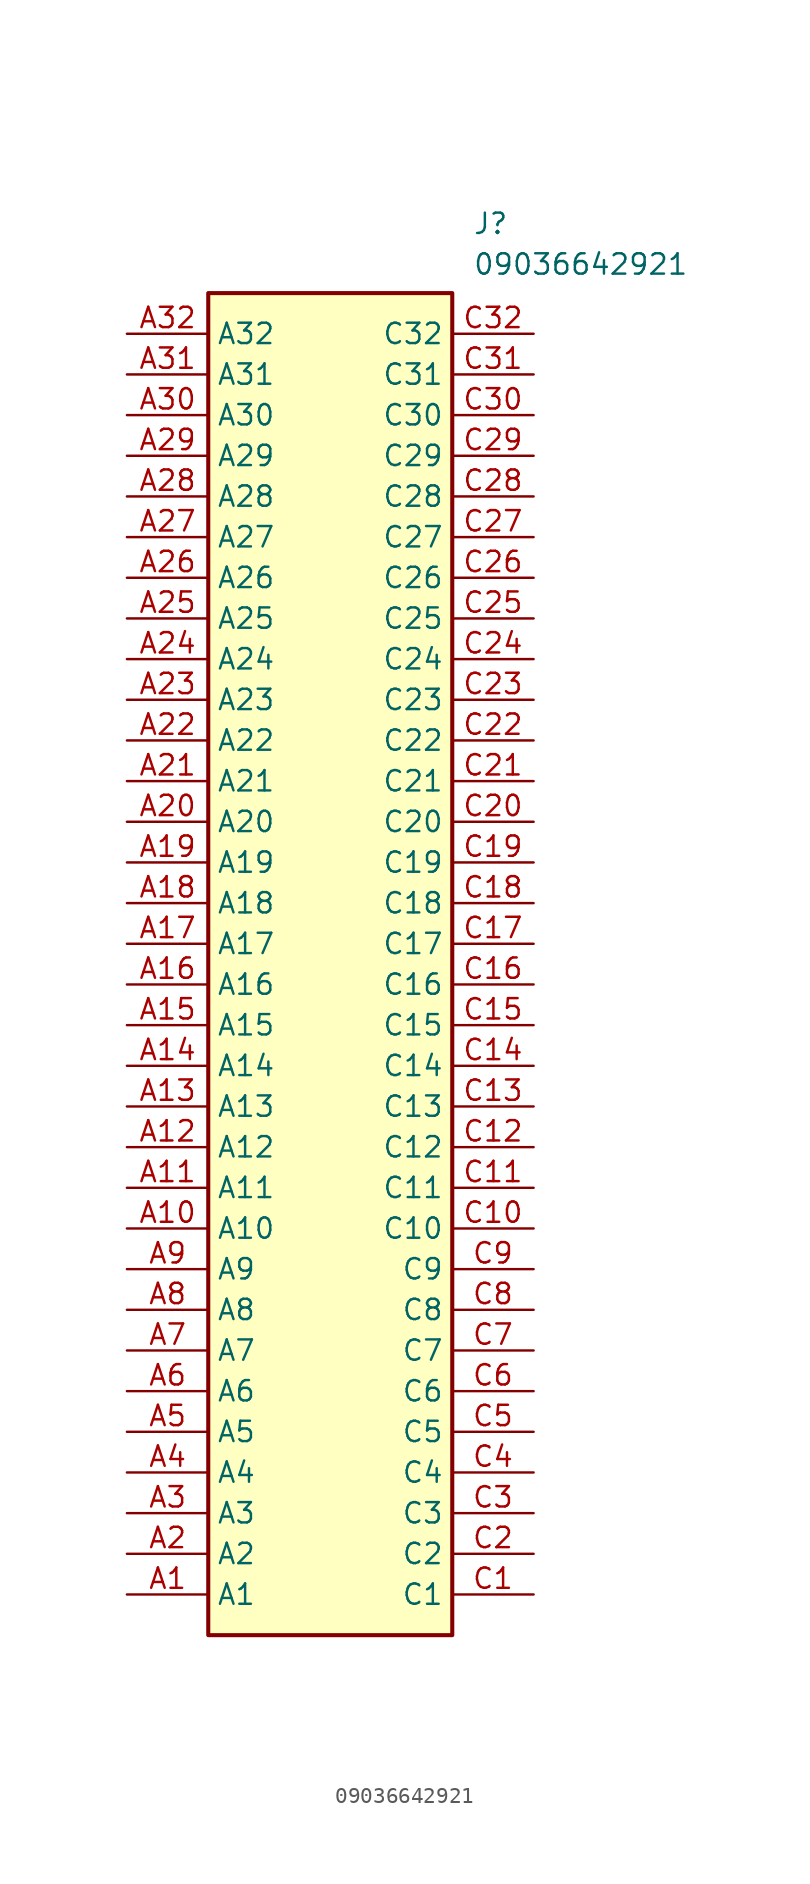
<source format=kicad_sym>
(kicad_symbol_lib
  (version 20211014)
  (generator SamacSys_ECAD_Model)
  (symbol "09036642921"
    (property "Reference" "J"
      (at 21.59 7.62 0)
      (effects (font (size 1.27 1.27)) (justify left top)))
    (property "Value" "09036642921"
      (at 21.59 5.08 0)
      (effects (font (size 1.27 1.27)) (justify left top)))
    (rectangle
      (start 5.08 2.54)
      (end 20.32 -81.28)
      (stroke (width 0.254) (type default))
      (fill (type background)))
    (pin passive line
      (at 0 -78.74 0)
      (length 5.08)
      (name "A1" (effects (font (size 1.27 1.27))))
      (number "A1" (effects (font (size 1.27 1.27)))))
    (pin passive line
      (at 0 -76.2 0)
      (length 5.08)
      (name "A2" (effects (font (size 1.27 1.27))))
      (number "A2" (effects (font (size 1.27 1.27)))))
    (pin passive line
      (at 0 -73.66 0)
      (length 5.08)
      (name "A3" (effects (font (size 1.27 1.27))))
      (number "A3" (effects (font (size 1.27 1.27)))))
    (pin passive line
      (at 0 -71.12 0)
      (length 5.08)
      (name "A4" (effects (font (size 1.27 1.27))))
      (number "A4" (effects (font (size 1.27 1.27)))))
    (pin passive line
      (at 0 -68.58 0)
      (length 5.08)
      (name "A5" (effects (font (size 1.27 1.27))))
      (number "A5" (effects (font (size 1.27 1.27)))))
    (pin passive line
      (at 0 -66.04 0)
      (length 5.08)
      (name "A6" (effects (font (size 1.27 1.27))))
      (number "A6" (effects (font (size 1.27 1.27)))))
    (pin passive line
      (at 0 -63.5 0)
      (length 5.08)
      (name "A7" (effects (font (size 1.27 1.27))))
      (number "A7" (effects (font (size 1.27 1.27)))))
    (pin passive line
      (at 0 -60.96 0)
      (length 5.08)
      (name "A8" (effects (font (size 1.27 1.27))))
      (number "A8" (effects (font (size 1.27 1.27)))))
    (pin passive line
      (at 0 -58.42 0)
      (length 5.08)
      (name "A9" (effects (font (size 1.27 1.27))))
      (number "A9" (effects (font (size 1.27 1.27)))))
    (pin passive line
      (at 0 -55.88 0)
      (length 5.08)
      (name "A10" (effects (font (size 1.27 1.27))))
      (number "A10" (effects (font (size 1.27 1.27)))))
    (pin passive line
      (at 0 -53.34 0)
      (length 5.08)
      (name "A11" (effects (font (size 1.27 1.27))))
      (number "A11" (effects (font (size 1.27 1.27)))))
    (pin passive line
      (at 0 -50.8 0)
      (length 5.08)
      (name "A12" (effects (font (size 1.27 1.27))))
      (number "A12" (effects (font (size 1.27 1.27)))))
    (pin passive line
      (at 0 -48.26 0)
      (length 5.08)
      (name "A13" (effects (font (size 1.27 1.27))))
      (number "A13" (effects (font (size 1.27 1.27)))))
    (pin passive line
      (at 0 -45.72 0)
      (length 5.08)
      (name "A14" (effects (font (size 1.27 1.27))))
      (number "A14" (effects (font (size 1.27 1.27)))))
    (pin passive line
      (at 0 -43.18 0)
      (length 5.08)
      (name "A15" (effects (font (size 1.27 1.27))))
      (number "A15" (effects (font (size 1.27 1.27)))))
    (pin passive line
      (at 0 -40.64 0)
      (length 5.08)
      (name "A16" (effects (font (size 1.27 1.27))))
      (number "A16" (effects (font (size 1.27 1.27)))))
    (pin passive line
      (at 0 -38.1 0)
      (length 5.08)
      (name "A17" (effects (font (size 1.27 1.27))))
      (number "A17" (effects (font (size 1.27 1.27)))))
    (pin passive line
      (at 0 -35.56 0)
      (length 5.08)
      (name "A18" (effects (font (size 1.27 1.27))))
      (number "A18" (effects (font (size 1.27 1.27)))))
    (pin passive line
      (at 0 -33.02 0)
      (length 5.08)
      (name "A19" (effects (font (size 1.27 1.27))))
      (number "A19" (effects (font (size 1.27 1.27)))))
    (pin passive line
      (at 0 -30.48 0)
      (length 5.08)
      (name "A20" (effects (font (size 1.27 1.27))))
      (number "A20" (effects (font (size 1.27 1.27)))))
    (pin passive line
      (at 0 -27.94 0)
      (length 5.08)
      (name "A21" (effects (font (size 1.27 1.27))))
      (number "A21" (effects (font (size 1.27 1.27)))))
    (pin passive line
      (at 0 -25.4 0)
      (length 5.08)
      (name "A22" (effects (font (size 1.27 1.27))))
      (number "A22" (effects (font (size 1.27 1.27)))))
    (pin passive line
      (at 0 -22.86 0)
      (length 5.08)
      (name "A23" (effects (font (size 1.27 1.27))))
      (number "A23" (effects (font (size 1.27 1.27)))))
    (pin passive line
      (at 0 -20.32 0)
      (length 5.08)
      (name "A24" (effects (font (size 1.27 1.27))))
      (number "A24" (effects (font (size 1.27 1.27)))))
    (pin passive line
      (at 0 -17.78 0)
      (length 5.08)
      (name "A25" (effects (font (size 1.27 1.27))))
      (number "A25" (effects (font (size 1.27 1.27)))))
    (pin passive line
      (at 0 -15.24 0)
      (length 5.08)
      (name "A26" (effects (font (size 1.27 1.27))))
      (number "A26" (effects (font (size 1.27 1.27)))))
    (pin passive line
      (at 0 -12.7 0)
      (length 5.08)
      (name "A27" (effects (font (size 1.27 1.27))))
      (number "A27" (effects (font (size 1.27 1.27)))))
    (pin passive line
      (at 0 -10.16 0)
      (length 5.08)
      (name "A28" (effects (font (size 1.27 1.27))))
      (number "A28" (effects (font (size 1.27 1.27)))))
    (pin passive line
      (at 0 -7.62 0)
      (length 5.08)
      (name "A29" (effects (font (size 1.27 1.27))))
      (number "A29" (effects (font (size 1.27 1.27)))))
    (pin passive line
      (at 0 -5.08 0)
      (length 5.08)
      (name "A30" (effects (font (size 1.27 1.27))))
      (number "A30" (effects (font (size 1.27 1.27)))))
    (pin passive line
      (at 0 -2.54 0)
      (length 5.08)
      (name "A31" (effects (font (size 1.27 1.27))))
      (number "A31" (effects (font (size 1.27 1.27)))))
    (pin passive line
      (at 0 0 0)
      (length 5.08)
      (name "A32" (effects (font (size 1.27 1.27))))
      (number "A32" (effects (font (size 1.27 1.27)))))
    (pin passive line
      (at 25.4 -78.74 180)
      (length 5.08)
      (name "C1" (effects (font (size 1.27 1.27))))
      (number "C1" (effects (font (size 1.27 1.27)))))
    (pin passive line
      (at 25.4 -76.2 180)
      (length 5.08)
      (name "C2" (effects (font (size 1.27 1.27))))
      (number "C2" (effects (font (size 1.27 1.27)))))
    (pin passive line
      (at 25.4 -73.66 180)
      (length 5.08)
      (name "C3" (effects (font (size 1.27 1.27))))
      (number "C3" (effects (font (size 1.27 1.27)))))
    (pin passive line
      (at 25.4 -71.12 180)
      (length 5.08)
      (name "C4" (effects (font (size 1.27 1.27))))
      (number "C4" (effects (font (size 1.27 1.27)))))
    (pin passive line
      (at 25.4 -68.58 180)
      (length 5.08)
      (name "C5" (effects (font (size 1.27 1.27))))
      (number "C5" (effects (font (size 1.27 1.27)))))
    (pin passive line
      (at 25.4 -66.04 180)
      (length 5.08)
      (name "C6" (effects (font (size 1.27 1.27))))
      (number "C6" (effects (font (size 1.27 1.27)))))
    (pin passive line
      (at 25.4 -63.5 180)
      (length 5.08)
      (name "C7" (effects (font (size 1.27 1.27))))
      (number "C7" (effects (font (size 1.27 1.27)))))
    (pin passive line
      (at 25.4 -60.96 180)
      (length 5.08)
      (name "C8" (effects (font (size 1.27 1.27))))
      (number "C8" (effects (font (size 1.27 1.27)))))
    (pin passive line
      (at 25.4 -58.42 180)
      (length 5.08)
      (name "C9" (effects (font (size 1.27 1.27))))
      (number "C9" (effects (font (size 1.27 1.27)))))
    (pin passive line
      (at 25.4 -55.88 180)
      (length 5.08)
      (name "C10" (effects (font (size 1.27 1.27))))
      (number "C10" (effects (font (size 1.27 1.27)))))
    (pin passive line
      (at 25.4 -53.34 180)
      (length 5.08)
      (name "C11" (effects (font (size 1.27 1.27))))
      (number "C11" (effects (font (size 1.27 1.27)))))
    (pin passive line
      (at 25.4 -50.8 180)
      (length 5.08)
      (name "C12" (effects (font (size 1.27 1.27))))
      (number "C12" (effects (font (size 1.27 1.27)))))
    (pin passive line
      (at 25.4 -48.26 180)
      (length 5.08)
      (name "C13" (effects (font (size 1.27 1.27))))
      (number "C13" (effects (font (size 1.27 1.27)))))
    (pin passive line
      (at 25.4 -45.72 180)
      (length 5.08)
      (name "C14" (effects (font (size 1.27 1.27))))
      (number "C14" (effects (font (size 1.27 1.27)))))
    (pin passive line
      (at 25.4 -43.18 180)
      (length 5.08)
      (name "C15" (effects (font (size 1.27 1.27))))
      (number "C15" (effects (font (size 1.27 1.27)))))
    (pin passive line
      (at 25.4 -40.64 180)
      (length 5.08)
      (name "C16" (effects (font (size 1.27 1.27))))
      (number "C16" (effects (font (size 1.27 1.27)))))
    (pin passive line
      (at 25.4 -38.1 180)
      (length 5.08)
      (name "C17" (effects (font (size 1.27 1.27))))
      (number "C17" (effects (font (size 1.27 1.27)))))
    (pin passive line
      (at 25.4 -35.56 180)
      (length 5.08)
      (name "C18" (effects (font (size 1.27 1.27))))
      (number "C18" (effects (font (size 1.27 1.27)))))
    (pin passive line
      (at 25.4 -33.02 180)
      (length 5.08)
      (name "C19" (effects (font (size 1.27 1.27))))
      (number "C19" (effects (font (size 1.27 1.27)))))
    (pin passive line
      (at 25.4 -30.48 180)
      (length 5.08)
      (name "C20" (effects (font (size 1.27 1.27))))
      (number "C20" (effects (font (size 1.27 1.27)))))
    (pin passive line
      (at 25.4 -27.94 180)
      (length 5.08)
      (name "C21" (effects (font (size 1.27 1.27))))
      (number "C21" (effects (font (size 1.27 1.27)))))
    (pin passive line
      (at 25.4 -25.4 180)
      (length 5.08)
      (name "C22" (effects (font (size 1.27 1.27))))
      (number "C22" (effects (font (size 1.27 1.27)))))
    (pin passive line
      (at 25.4 -22.86 180)
      (length 5.08)
      (name "C23" (effects (font (size 1.27 1.27))))
      (number "C23" (effects (font (size 1.27 1.27)))))
    (pin passive line
      (at 25.4 -20.32 180)
      (length 5.08)
      (name "C24" (effects (font (size 1.27 1.27))))
      (number "C24" (effects (font (size 1.27 1.27)))))
    (pin passive line
      (at 25.4 -17.78 180)
      (length 5.08)
      (name "C25" (effects (font (size 1.27 1.27))))
      (number "C25" (effects (font (size 1.27 1.27)))))
    (pin passive line
      (at 25.4 -15.24 180)
      (length 5.08)
      (name "C26" (effects (font (size 1.27 1.27))))
      (number "C26" (effects (font (size 1.27 1.27)))))
    (pin passive line
      (at 25.4 -12.7 180)
      (length 5.08)
      (name "C27" (effects (font (size 1.27 1.27))))
      (number "C27" (effects (font (size 1.27 1.27)))))
    (pin passive line
      (at 25.4 -10.16 180)
      (length 5.08)
      (name "C28" (effects (font (size 1.27 1.27))))
      (number "C28" (effects (font (size 1.27 1.27)))))
    (pin passive line
      (at 25.4 -7.62 180)
      (length 5.08)
      (name "C29" (effects (font (size 1.27 1.27))))
      (number "C29" (effects (font (size 1.27 1.27)))))
    (pin passive line
      (at 25.4 -5.08 180)
      (length 5.08)
      (name "C30" (effects (font (size 1.27 1.27))))
      (number "C30" (effects (font (size 1.27 1.27)))))
    (pin passive line
      (at 25.4 -2.54 180)
      (length 5.08)
      (name "C31" (effects (font (size 1.27 1.27))))
      (number "C31" (effects (font (size 1.27 1.27)))))
    (pin passive line
      (at 25.4 0 180)
      (length 5.08)
      (name "C32" (effects (font (size 1.27 1.27))))
      (number "C32" (effects (font (size 1.27 1.27)))))))
</source>
